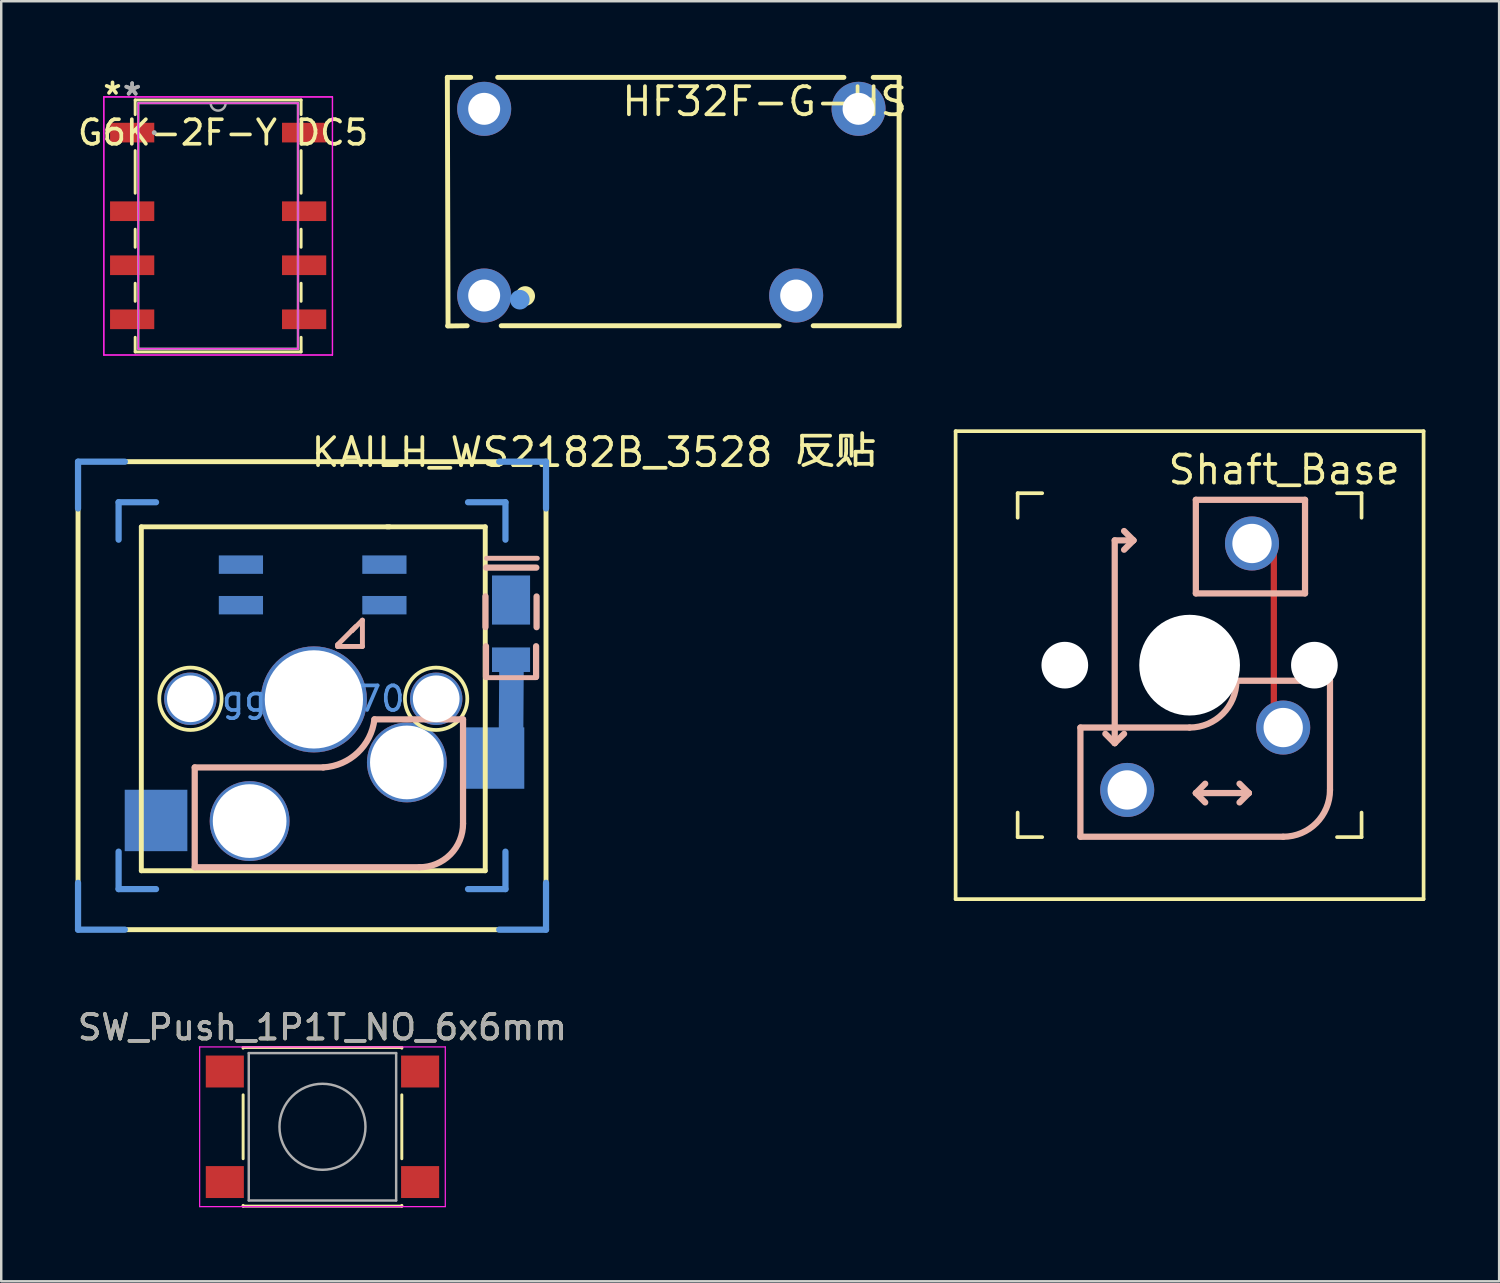
<source format=kicad_pcb>
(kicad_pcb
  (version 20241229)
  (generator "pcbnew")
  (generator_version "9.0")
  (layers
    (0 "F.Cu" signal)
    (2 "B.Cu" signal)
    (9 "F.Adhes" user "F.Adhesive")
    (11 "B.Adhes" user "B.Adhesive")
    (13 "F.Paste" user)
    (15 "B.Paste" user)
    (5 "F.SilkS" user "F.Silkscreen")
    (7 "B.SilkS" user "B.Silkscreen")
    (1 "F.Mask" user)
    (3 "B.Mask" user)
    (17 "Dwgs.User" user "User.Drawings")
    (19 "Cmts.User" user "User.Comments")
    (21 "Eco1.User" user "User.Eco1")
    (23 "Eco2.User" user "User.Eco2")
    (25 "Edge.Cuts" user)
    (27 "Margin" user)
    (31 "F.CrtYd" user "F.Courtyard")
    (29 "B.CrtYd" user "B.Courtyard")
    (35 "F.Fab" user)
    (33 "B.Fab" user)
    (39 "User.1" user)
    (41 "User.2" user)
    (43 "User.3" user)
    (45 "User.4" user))
  (footprint "HF32F-G-HS"
    (layer "F.Cu")
    (at 24.28 5.18)
    (property "Reference" "HF32F-G-HS" (at -2.1 -4.1 0) (layer "F.SilkS") (effects (font (size 1.143 1.143) (thickness 0.152)) (justify left)))
    (attr through_hole)
    (fp_line (start -9.12 -5.08) (end -9.091 5.03) (stroke (width 0.2) (type solid)) (layer "F.SilkS"))
    (fp_line (start -9.11 5.04) (end -8.313 5.03) (stroke (width 0.2) (type solid)) (layer "F.SilkS"))
    (fp_line (start -8.17 -5.08) (end -9.12 -5.08) (stroke (width 0.2) (type solid)) (layer "F.SilkS"))
    (fp_line (start -6.927 5.03) (end 4.387 5.03) (stroke (width 0.2) (type solid)) (layer "F.SilkS"))
    (fp_line (start 5.773 5.03) (end 9.27 5.03) (stroke (width 0.2) (type solid)) (layer "F.SilkS"))
    (fp_line (start 7.024 -5.08) (end -7.07 -5.08) (stroke (width 0.2) (type solid)) (layer "F.SilkS"))
    (fp_line (start 9.27 -5.08) (end 8.216 -5.08) (stroke (width 0.2) (type solid)) (layer "F.SilkS"))
    (fp_line (start 9.27 5.03) (end 9.27 -5.08) (stroke (width 0.2) (type solid)) (layer "F.SilkS"))
    (fp_circle (center -5.95 3.82) (end -5.75 3.82) (stroke (width 0.4) (type solid)) (fill no) (layer "F.SilkS"))
    (fp_circle (center -6.17 3.97) (end -5.97 3.97) (stroke (width 0.4) (type solid)) (fill no) (layer "Cmts.User"))
    (pad "1" thru_hole circle (at -7.62 3.8) (size 2.2 2.2) (drill 1.3) (layers "*.Cu" "*.Paste" "*.Mask"))
    (pad "2" thru_hole circle (at -7.62 -3.8) (size 2.2 2.2) (drill 1.3) (layers "*.Cu" "*.Paste" "*.Mask"))
    (pad "3" thru_hole circle (at 7.62 -3.8) (size 2.2 2.2) (drill 1.3) (layers "*.Cu" "*.Paste" "*.Mask"))
    (pad "4" thru_hole circle (at 5.08 3.8) (size 2.2 2.2) (drill 1.3) (layers "*.Cu" "*.Paste" "*.Mask")))
  (footprint "Shaft_Base"
    (layer "F.Cu")
    (at 45.376 24.027)
    (property "Reference" "Shaft_Base" (at -0.96 -7.953 0) (layer "F.SilkS") (effects (font (size 1.143 1.143) (thickness 0.152)) (justify left)))
    (attr through_hole)
    (fp_line (start 2.54 -4.953) (end 3.429 -4.953) (stroke (width 0.254) (type solid)) (layer "F.Cu"))
    (fp_line (start 3.429 -4.953) (end 3.429 2.159) (stroke (width 0.254) (type solid)) (layer "F.Cu"))
    (fp_line (start 3.429 2.159) (end 3.81 2.54) (stroke (width 0.254) (type solid)) (layer "F.Cu"))
    (fp_line (start -9.525 -9.525) (end 9.525 -9.525) (stroke (width 0.15) (type solid)) (layer "F.SilkS"))
    (fp_line (start -9.525 9.525) (end -9.525 -9.525) (stroke (width 0.15) (type solid)) (layer "F.SilkS"))
    (fp_line (start -7 -7) (end -7 -6) (stroke (width 0.15) (type solid)) (layer "F.SilkS"))
    (fp_line (start -7 6) (end -7 7) (stroke (width 0.15) (type solid)) (layer "F.SilkS"))
    (fp_line (start -7 7) (end -6 7) (stroke (width 0.15) (type solid)) (layer "F.SilkS"))
    (fp_line (start -6 -7) (end -7 -7) (stroke (width 0.15) (type solid)) (layer "F.SilkS"))
    (fp_line (start 7 -7) (end 6 -7) (stroke (width 0.15) (type solid)) (layer "F.SilkS"))
    (fp_line (start 7 -6) (end 7 -7) (stroke (width 0.15) (type solid)) (layer "F.SilkS"))
    (fp_line (start 7 6) (end 7 7) (stroke (width 0.15) (type solid)) (layer "F.SilkS"))
    (fp_line (start 7 7) (end 6 7) (stroke (width 0.15) (type solid)) (layer "F.SilkS"))
    (fp_line (start 9.525 -9.525) (end 9.525 9.525) (stroke (width 0.15) (type solid)) (layer "F.SilkS"))
    (fp_line (start 9.525 9.525) (end -9.525 9.525) (stroke (width 0.15) (type solid)) (layer "F.SilkS"))
    (fp_line (start -4.445 2.54) (end -4.445 6.985) (stroke (width 0.254) (type solid)) (layer "B.SilkS"))
    (fp_line (start -4.445 2.54) (end 0 2.54) (stroke (width 0.254) (type solid)) (layer "B.SilkS"))
    (fp_line (start -4.445 6.985) (end 3.81 6.985) (stroke (width 0.254) (type solid)) (layer "B.SilkS"))
    (fp_line (start -3.429 2.794) (end -3.048 3.175) (stroke (width 0.254) (type solid)) (layer "B.SilkS"))
    (fp_line (start -3.048 -5.08) (end -3.048 3.175) (stroke (width 0.254) (type solid)) (layer "B.SilkS"))
    (fp_line (start -3.048 3.175) (end -2.667 2.794) (stroke (width 0.254) (type solid)) (layer "B.SilkS"))
    (fp_line (start -2.667 -5.461) (end -2.286 -5.08) (stroke (width 0.254) (type solid)) (layer "B.SilkS"))
    (fp_line (start -2.667 -4.699) (end -2.286 -5.08) (stroke (width 0.254) (type solid)) (layer "B.SilkS"))
    (fp_line (start -2.286 -5.08) (end -3.048 -5.08) (stroke (width 0.254) (type solid)) (layer "B.SilkS"))
    (fp_line (start 0.254 -6.731) (end 0.254 -2.921) (stroke (width 0.254) (type solid)) (layer "B.SilkS"))
    (fp_line (start 0.254 -2.921) (end 4.699 -2.921) (stroke (width 0.254) (type solid)) (layer "B.SilkS"))
    (fp_line (start 0.254 5.207) (end 0.635 4.826) (stroke (width 0.254) (type solid)) (layer "B.SilkS"))
    (fp_line (start 0.254 5.207) (end 0.635 5.588) (stroke (width 0.254) (type solid)) (layer "B.SilkS"))
    (fp_line (start 0.254 5.207) (end 2.413 5.207) (stroke (width 0.254) (type solid)) (layer "B.SilkS"))
    (fp_line (start 2.032 4.826) (end 2.413 5.207) (stroke (width 0.254) (type solid)) (layer "B.SilkS"))
    (fp_line (start 2.032 5.588) (end 2.413 5.207) (stroke (width 0.254) (type solid)) (layer "B.SilkS"))
    (fp_line (start 4.699 -6.731) (end 0.254 -6.731) (stroke (width 0.254) (type solid)) (layer "B.SilkS"))
    (fp_line (start 4.699 -2.921) (end 4.699 -6.731) (stroke (width 0.254) (type solid)) (layer "B.SilkS"))
    (fp_line (start 5.715 0.635) (end 1.905 0.635) (stroke (width 0.254) (type solid)) (layer "B.SilkS"))
    (fp_line (start 5.715 5.08) (end 5.715 0.635) (stroke (width 0.254) (type solid)) (layer "B.SilkS"))
    (fp_arc (start 1.905 0.635) (mid 1.347038 1.982038) (end 0 2.54) (stroke (width 0.254) (type solid)) (layer "B.SilkS"))
    (fp_arc (start 5.715 5.08) (mid 5.157038 6.427038) (end 3.81 6.985) (stroke (width 0.254) (type solid)) (layer "B.SilkS"))
    (pad "" np_thru_hole circle (at -5.08 0) (size 1.9 1.9) (drill 1.9) (layers "*.Cu" "*.Mask"))
    (pad "" np_thru_hole circle (at 0 0) (size 4.1 4.1) (drill 4.1) (layers "*.Cu" "*.Mask"))
    (pad "" np_thru_hole circle (at 5.08 0) (size 1.9 1.9) (drill 1.9) (layers "*.Cu" "*.Mask"))
    (pad "1" thru_hole circle (at -2.54 5.08) (size 2.2 2.2) (drill 1.6) (layers "*.Cu" "*.Paste" "*.Mask"))
    (pad "2" thru_hole circle (at 2.54 -4.953) (size 2.2 2.2) (drill 1.6) (layers "*.Cu" "*.Paste" "*.Mask"))
    (pad "2" thru_hole circle (at 3.81 2.54) (size 2.2 2.2) (drill 1.6) (layers "*.Cu" "*.Paste" "*.Mask")))
  (footprint "G6K-2F-Y DC5"
    (layer "F.Cu")
    (at 5.83 6.148)
    (property "Reference" "G6K-2F-Y DC5" (at 0.2 -3.8 0) (layer "F.SilkS") (effects (font (size 1 1) (thickness 0.15))))
    (attr through_hole)
    (fp_line (start -3.377 -5.127) (end -3.377 -4.533) (stroke (width 0.12) (type solid)) (layer "F.SilkS"))
    (fp_line (start -3.377 -3.067) (end -3.377 -1.333) (stroke (width 0.12) (type solid)) (layer "F.SilkS"))
    (fp_line (start -3.377 0.133) (end -3.377 0.867) (stroke (width 0.12) (type solid)) (layer "F.SilkS"))
    (fp_line (start -3.377 2.333) (end -3.377 3.067) (stroke (width 0.12) (type solid)) (layer "F.SilkS"))
    (fp_line (start -3.377 4.533) (end -3.377 5.127) (stroke (width 0.12) (type solid)) (layer "F.SilkS"))
    (fp_line (start -3.377 5.127) (end 3.377 5.127) (stroke (width 0.12) (type solid)) (layer "F.SilkS"))
    (fp_line (start 3.377 -5.127) (end -3.377 -5.127) (stroke (width 0.12) (type solid)) (layer "F.SilkS"))
    (fp_line (start 3.377 -4.533) (end 3.377 -5.127) (stroke (width 0.12) (type solid)) (layer "F.SilkS"))
    (fp_line (start 3.377 -1.333) (end 3.377 -3.067) (stroke (width 0.12) (type solid)) (layer "F.SilkS"))
    (fp_line (start 3.377 0.867) (end 3.377 0.133) (stroke (width 0.12) (type solid)) (layer "F.SilkS"))
    (fp_line (start 3.377 3.067) (end 3.377 2.333) (stroke (width 0.12) (type solid)) (layer "F.SilkS"))
    (fp_line (start 3.377 5.127) (end 3.377 4.533) (stroke (width 0.12) (type solid)) (layer "F.SilkS"))
    (fp_line (start -4.654 -5.254) (end 4.654 -5.254) (stroke (width 0.05) (type solid)) (layer "F.CrtYd"))
    (fp_line (start -4.654 -5.254) (end 4.654 -5.254) (stroke (width 0.05) (type solid)) (layer "F.CrtYd"))
    (fp_line (start -4.654 5.254) (end -4.654 -5.254) (stroke (width 0.05) (type solid)) (layer "F.CrtYd"))
    (fp_line (start -4.654 5.254) (end -4.654 -5.254) (stroke (width 0.05) (type solid)) (layer "F.CrtYd"))
    (fp_line (start -3.25 -5) (end 3.25 -5) (stroke (width 0.05) (type solid)) (layer "F.CrtYd"))
    (fp_line (start -3.25 5) (end -3.25 -5) (stroke (width 0.05) (type solid)) (layer "F.CrtYd"))
    (fp_line (start 3.25 -5) (end 3.25 5) (stroke (width 0.05) (type solid)) (layer "F.CrtYd"))
    (fp_line (start 3.25 5) (end -3.25 5) (stroke (width 0.05) (type solid)) (layer "F.CrtYd"))
    (fp_line (start 4.654 -5.254) (end 4.654 5.254) (stroke (width 0.05) (type solid)) (layer "F.CrtYd"))
    (fp_line (start 4.654 -5.254) (end 4.654 5.254) (stroke (width 0.05) (type solid)) (layer "F.CrtYd"))
    (fp_line (start 4.654 5.254) (end -4.654 5.254) (stroke (width 0.05) (type solid)) (layer "F.CrtYd"))
    (fp_line (start 4.654 5.254) (end -4.654 5.254) (stroke (width 0.05) (type solid)) (layer "F.CrtYd"))
    (fp_line (start -3.25 -5) (end -3.25 5) (stroke (width 0.1) (type solid)) (layer "F.Fab"))
    (fp_line (start -3.25 5) (end 3.25 5) (stroke (width 0.1) (type solid)) (layer "F.Fab"))
    (fp_line (start 3.25 -5) (end -3.25 -5) (stroke (width 0.1) (type solid)) (layer "F.Fab"))
    (fp_line (start 3.25 5) (end 3.25 -5) (stroke (width 0.1) (type solid)) (layer "F.Fab"))
    (fp_arc (start 0.3048 -5) (mid 0 -4.6952) (end -0.3048 -5) (stroke (width 0.1) (type solid)) (layer "F.Fab"))
    (fp_circle (center -2.6 -3.8) (end -2.6 -3.8) (stroke (width 0.1) (type solid)) (fill no) (layer "F.Fab"))
    (fp_text user "*" (at -4.3 -5.3 0) (layer "F.SilkS") (effects (font (size 1 1) (thickness 0.15))))
    (fp_text user "Copyright 2021 Accelerated Designs. All rights reserved." (at 0 0 0) (layer "Cmts.User") (effects (font (size 0.127 0.127) (thickness 0.002))))
    (fp_text user "*" (at -3.5 -5.267 0) (layer "F.Fab") (effects (font (size 1 1) (thickness 0.15))))
    (fp_text user "*" (at -3.5 -5.267 0) (layer "F.Fab") (effects (font (size 1 1) (thickness 0.15))))
    (pad "1" smd rect (at -3.5 -3.8) (size 1.8 0.8) (layers "F.Cu" "F.Mask" "F.Paste"))
    (pad "2" smd rect (at -3.5 -0.6) (size 1.8 0.8) (layers "F.Cu" "F.Mask" "F.Paste"))
    (pad "3" smd rect (at -3.5 1.6) (size 1.8 0.8) (layers "F.Cu" "F.Mask" "F.Paste"))
    (pad "4" smd rect (at -3.5 3.8) (size 1.8 0.8) (layers "F.Cu" "F.Mask" "F.Paste"))
    (pad "5" smd rect (at 3.5 3.8) (size 1.8 0.8) (layers "F.Cu" "F.Mask" "F.Paste"))
    (pad "6" smd rect (at 3.5 1.6) (size 1.8 0.8) (layers "F.Cu" "F.Mask" "F.Paste"))
    (pad "7" smd rect (at 3.5 -0.6) (size 1.8 0.8) (layers "F.Cu" "F.Mask" "F.Paste"))
    (pad "8" smd rect (at 3.5 -3.8) (size 1.8 0.8) (layers "F.Cu" "F.Mask" "F.Paste")))
  (footprint "SW_Push_1P1T_NO_6x6mm"
    (layer "F.Cu")
    (at 10.077 42.819)
    (property "Reference" "SW_Push_1P1T_NO_6x6mm" (at 0 -4.05 0) (layer "F.SilkS") (effects (font (size 1 1) (thickness 0.15))))
    (attr smd)
    (fp_line (start -3.23 -3.23) (end 3.23 -3.23) (stroke (width 0.12) (type solid)) (layer "F.SilkS"))
    (fp_line (start -3.23 -3.2) (end -3.23 -3.23) (stroke (width 0.12) (type solid)) (layer "F.SilkS"))
    (fp_line (start -3.23 -1.3) (end -3.23 1.3) (stroke (width 0.12) (type solid)) (layer "F.SilkS"))
    (fp_line (start -3.23 3.23) (end -3.23 3.2) (stroke (width 0.12) (type solid)) (layer "F.SilkS"))
    (fp_line (start -3.23 3.23) (end 3.23 3.23) (stroke (width 0.12) (type solid)) (layer "F.SilkS"))
    (fp_line (start 3.23 -3.23) (end 3.23 -3.2) (stroke (width 0.12) (type solid)) (layer "F.SilkS"))
    (fp_line (start 3.23 -1.3) (end 3.23 1.3) (stroke (width 0.12) (type solid)) (layer "F.SilkS"))
    (fp_line (start 3.23 3.23) (end 3.23 3.2) (stroke (width 0.12) (type solid)) (layer "F.SilkS"))
    (fp_line (start -5 -3.25) (end -5 3.25) (stroke (width 0.05) (type solid)) (layer "F.CrtYd"))
    (fp_line (start -5 -3.25) (end 5 -3.25) (stroke (width 0.05) (type solid)) (layer "F.CrtYd"))
    (fp_line (start -5 3.25) (end 5 3.25) (stroke (width 0.05) (type solid)) (layer "F.CrtYd"))
    (fp_line (start 5 3.25) (end 5 -3.25) (stroke (width 0.05) (type solid)) (layer "F.CrtYd"))
    (fp_line (start -3 -3) (end -3 3) (stroke (width 0.1) (type solid)) (layer "F.Fab"))
    (fp_line (start -3 3) (end 3 3) (stroke (width 0.1) (type solid)) (layer "F.Fab"))
    (fp_line (start 3 -3) (end -3 -3) (stroke (width 0.1) (type solid)) (layer "F.Fab"))
    (fp_line (start 3 3) (end 3 -3) (stroke (width 0.1) (type solid)) (layer "F.Fab"))
    (fp_circle (center 0 0) (end 1.75 -0.05) (stroke (width 0.1) (type solid)) (fill no) (layer "F.Fab"))
    (fp_text user "${REFERENCE}" (at 0 -4.05 0) (layer "F.Fab") (effects (font (size 1 1) (thickness 0.15))))
    (pad "1" smd rect (at -3.975 -2.25) (size 1.55 1.3) (layers "F.Cu" "F.Mask" "F.Paste"))
    (pad "1" smd rect (at 3.975 -2.25) (size 1.55 1.3) (layers "F.Cu" "F.Mask" "F.Paste"))
    (pad "2" smd rect (at -3.975 2.25) (size 1.55 1.3) (layers "F.Cu" "F.Mask" "F.Paste"))
    (pad "2" smd rect (at 3.975 2.25) (size 1.55 1.3) (layers "F.Cu" "F.Mask" "F.Paste")))
  (footprint "KAILH_WS2182B_3528 反贴"
    (layer "F.Cu")
    (at 9.703 25.396)
    (property "Reference" "KAILH_WS2182B_3528 反贴" (at -0.178 -10.033 0) (layer "F.SilkS") (effects (font (size 1.143 1.143) (thickness 0.152)) (justify left)))
    (attr smd)
    (fp_line (start 7.315 2.413) (end 8.049 1.679) (stroke (width 1) (type solid)) (layer "B.Cu"))
    (fp_line (start 8.049 1.679) (end 8.07 -1.55) (stroke (width 1) (type solid)) (layer "B.Cu"))
    (fp_line (start -9.576 -9.652) (end 9.474 -9.652) (stroke (width 0.2) (type solid)) (layer "F.SilkS"))
    (fp_line (start -9.576 9.398) (end -9.576 -9.652) (stroke (width 0.2) (type solid)) (layer "F.SilkS"))
    (fp_line (start -7 -7) (end -7 7) (stroke (width 0.2) (type solid)) (layer "F.SilkS"))
    (fp_line (start -7 7) (end 7 7) (stroke (width 0.2) (type solid)) (layer "F.SilkS"))
    (fp_line (start 3.1 -7) (end -7 -7) (stroke (width 0.2) (type solid)) (layer "F.SilkS"))
    (fp_line (start 7 -7) (end 3 -7) (stroke (width 0.2) (type solid)) (layer "F.SilkS"))
    (fp_line (start 7 7) (end 7 -7) (stroke (width 0.2) (type solid)) (layer "F.SilkS"))
    (fp_line (start 9.474 -9.652) (end 9.474 9.398) (stroke (width 0.2) (type solid)) (layer "F.SilkS"))
    (fp_line (start 9.474 9.398) (end -9.576 9.398) (stroke (width 0.2) (type solid)) (layer "F.SilkS"))
    (fp_circle (center -5 0) (end -3.73 0) (stroke (width 0.152) (type solid)) (fill no) (layer "F.SilkS"))
    (fp_circle (center 5 0) (end 6.27 0) (stroke (width 0.152) (type solid)) (fill no) (layer "F.SilkS"))
    (fp_line (start -4.826 2.794) (end -4.826 6.858) (stroke (width 0.254) (type solid)) (layer "B.SilkS"))
    (fp_line (start -4.826 2.794) (end 0.406 2.794) (stroke (width 0.254) (type solid)) (layer "B.SilkS"))
    (fp_line (start 0.991 -2.201) (end 1.73 -2.94) (stroke (width 0.2) (type solid)) (layer "B.SilkS"))
    (fp_line (start 0.991 -2.13) (end 0.991 -2.201) (stroke (width 0.2) (type solid)) (layer "B.SilkS"))
    (fp_line (start 1.58 -2.78) (end 1.58 -2.78) (stroke (width 0.2) (type solid)) (layer "B.SilkS"))
    (fp_line (start 1.58 -2.78) (end 2 -3.2) (stroke (width 0.2) (type solid)) (layer "B.SilkS"))
    (fp_line (start 2 -3.2) (end 2 -2.13) (stroke (width 0.2) (type solid)) (layer "B.SilkS"))
    (fp_line (start 2 -2.13) (end 0.991 -2.13) (stroke (width 0.2) (type solid)) (layer "B.SilkS"))
    (fp_line (start 2.489 0.838) (end 6.096 0.838) (stroke (width 0.254) (type solid)) (layer "B.SilkS"))
    (fp_line (start 4.318 6.858) (end -4.826 6.858) (stroke (width 0.254) (type solid)) (layer "B.SilkS"))
    (fp_line (start 6.096 0.838) (end 6.096 5.08) (stroke (width 0.254) (type solid)) (layer "B.SilkS"))
    (fp_line (start 7.01 -2.92) (end 7.01 -4.17) (stroke (width 0.254) (type solid)) (layer "B.SilkS"))
    (fp_line (start 7.03 -2.14) (end 7.03 -0.89) (stroke (width 0.254) (type solid)) (layer "B.SilkS"))
    (fp_line (start 7.03 -0.86) (end 9.07 -0.86) (stroke (width 0.2) (type solid)) (layer "B.SilkS"))
    (fp_line (start 7.04 -5.34) (end 9.08 -5.34) (stroke (width 0.254) (type solid)) (layer "B.SilkS"))
    (fp_line (start 7.05 -5.72) (end 9.12 -5.72) (stroke (width 0.2) (type solid)) (layer "B.SilkS"))
    (fp_line (start 9.07 -2.14) (end 9.07 -0.89) (stroke (width 0.254) (type solid)) (layer "B.SilkS"))
    (fp_line (start 9.09 -2.915) (end 9.09 -4.165) (stroke (width 0.254) (type solid)) (layer "B.SilkS"))
    (fp_arc (start 2.489 0.838) (mid 1.804299 2.195275) (end 0.406544 2.793012) (stroke (width 0.254) (type solid)) (layer "B.SilkS"))
    (fp_arc (start 6.096 5.08) (mid 5.578172 6.339604) (end 4.318803 6.858004) (stroke (width 0.254) (type solid)) (layer "B.SilkS"))
    (fp_line (start -9.576 -9.652) (end -7.671 -9.652) (stroke (width 0.254) (type solid)) (layer "Cmts.User"))
    (fp_line (start -9.576 -7.747) (end -9.576 -9.652) (stroke (width 0.254) (type solid)) (layer "Cmts.User"))
    (fp_line (start -9.576 7.493) (end -9.576 9.398) (stroke (width 0.254) (type solid)) (layer "Cmts.User"))
    (fp_line (start -7.925 -8.001) (end -6.401 -8.001) (stroke (width 0.254) (type solid)) (layer "Cmts.User"))
    (fp_line (start -7.925 -6.477) (end -7.925 -8.001) (stroke (width 0.254) (type solid)) (layer "Cmts.User"))
    (fp_line (start -7.925 7.747) (end -7.925 6.223) (stroke (width 0.254) (type solid)) (layer "Cmts.User"))
    (fp_line (start -7.671 9.398) (end -9.576 9.398) (stroke (width 0.254) (type solid)) (layer "Cmts.User"))
    (fp_line (start -6.401 7.747) (end -7.925 7.747) (stroke (width 0.254) (type solid)) (layer "Cmts.User"))
    (fp_line (start 6.299 -8.001) (end 7.823 -8.001) (stroke (width 0.254) (type solid)) (layer "Cmts.User"))
    (fp_line (start 7.569 -9.652) (end 9.474 -9.652) (stroke (width 0.254) (type solid)) (layer "Cmts.User"))
    (fp_line (start 7.823 -8.001) (end 7.823 -6.477) (stroke (width 0.254) (type solid)) (layer "Cmts.User"))
    (fp_line (start 7.823 7.747) (end 6.299 7.747) (stroke (width 0.254) (type solid)) (layer "Cmts.User"))
    (fp_line (start 7.823 7.747) (end 7.823 6.223) (stroke (width 0.254) (type solid)) (layer "Cmts.User"))
    (fp_line (start 9.474 -9.652) (end 9.474 -7.747) (stroke (width 0.254) (type solid)) (layer "Cmts.User"))
    (fp_line (start 9.474 9.398) (end 7.569 9.398) (stroke (width 0.254) (type solid)) (layer "Cmts.User"))
    (fp_line (start 9.474 9.398) (end 9.474 7.493) (stroke (width 0.254) (type solid)) (layer "Cmts.User"))
    (fp_text user "gge64070" (at 0 0 0) (layer "Cmts.User") (effects (font (size 1 1) (thickness 0.15))))
    (pad "" thru_hole circle (at -5.004 0) (size 2.134 2.134) (drill 1.9) (layers "*.Cu" "*.Paste" "*.Mask"))
    (pad "" thru_hole circle (at -2.591 4.978) (size 3.251 3.251) (drill 3) (layers "*.Cu" "*.Paste" "*.Mask"))
    (pad "" thru_hole circle (at 0.025 0.025) (size 4.318 4.318) (drill 4) (layers "*.Cu" "*.Paste" "*.Mask"))
    (pad "" thru_hole circle (at 3.81 2.591) (size 3.251 3.251) (drill 3) (layers "*.Cu" "*.Paste" "*.Mask"))
    (pad "" thru_hole circle (at 5.004 0) (size 2.134 2.134) (drill 1.9) (layers "*.Cu" "*.Paste" "*.Mask"))
    (pad "" smd rect (at 7.315 2.413) (size 2.55 2.5) (layers "B.Cu" "B.Mask" "B.Paste"))
    (pad "" smd rect (at 8.05 -1.59 90) (size 1 1.55) (layers "B.Cu" "B.Mask" "B.Paste"))
    (pad "1" smd rect (at -2.946 -5.461 270) (size 0.75 1.8) (layers "B.Cu" "B.Mask" "B.Paste"))
    (pad "2" smd rect (at -2.946 -3.81 270) (size 0.75 1.8) (layers "B.Cu" "B.Mask" "B.Paste"))
    (pad "3" smd rect (at 2.895 -5.461 270) (size 0.75 1.8) (layers "B.Cu" "B.Mask" "B.Paste"))
    (pad "4" smd rect (at 2.895 -3.81 270) (size 0.75 1.8) (layers "B.Cu" "B.Mask" "B.Paste"))
    (pad "5" smd rect (at -6.401 4.953) (size 2.55 2.5) (layers "B.Cu" "B.Mask" "B.Paste"))
    (pad "6" smd rect (at 8.05 -4.02 90) (size 2 1.55) (layers "B.Cu" "B.Mask" "B.Paste")))
  (gr_rect
    (start -3 -3)
    (end 57.976 49.109)
    (stroke (width 0.1) (type default))
    (fill no)
    (layer "Edge.Cuts")))
</source>
